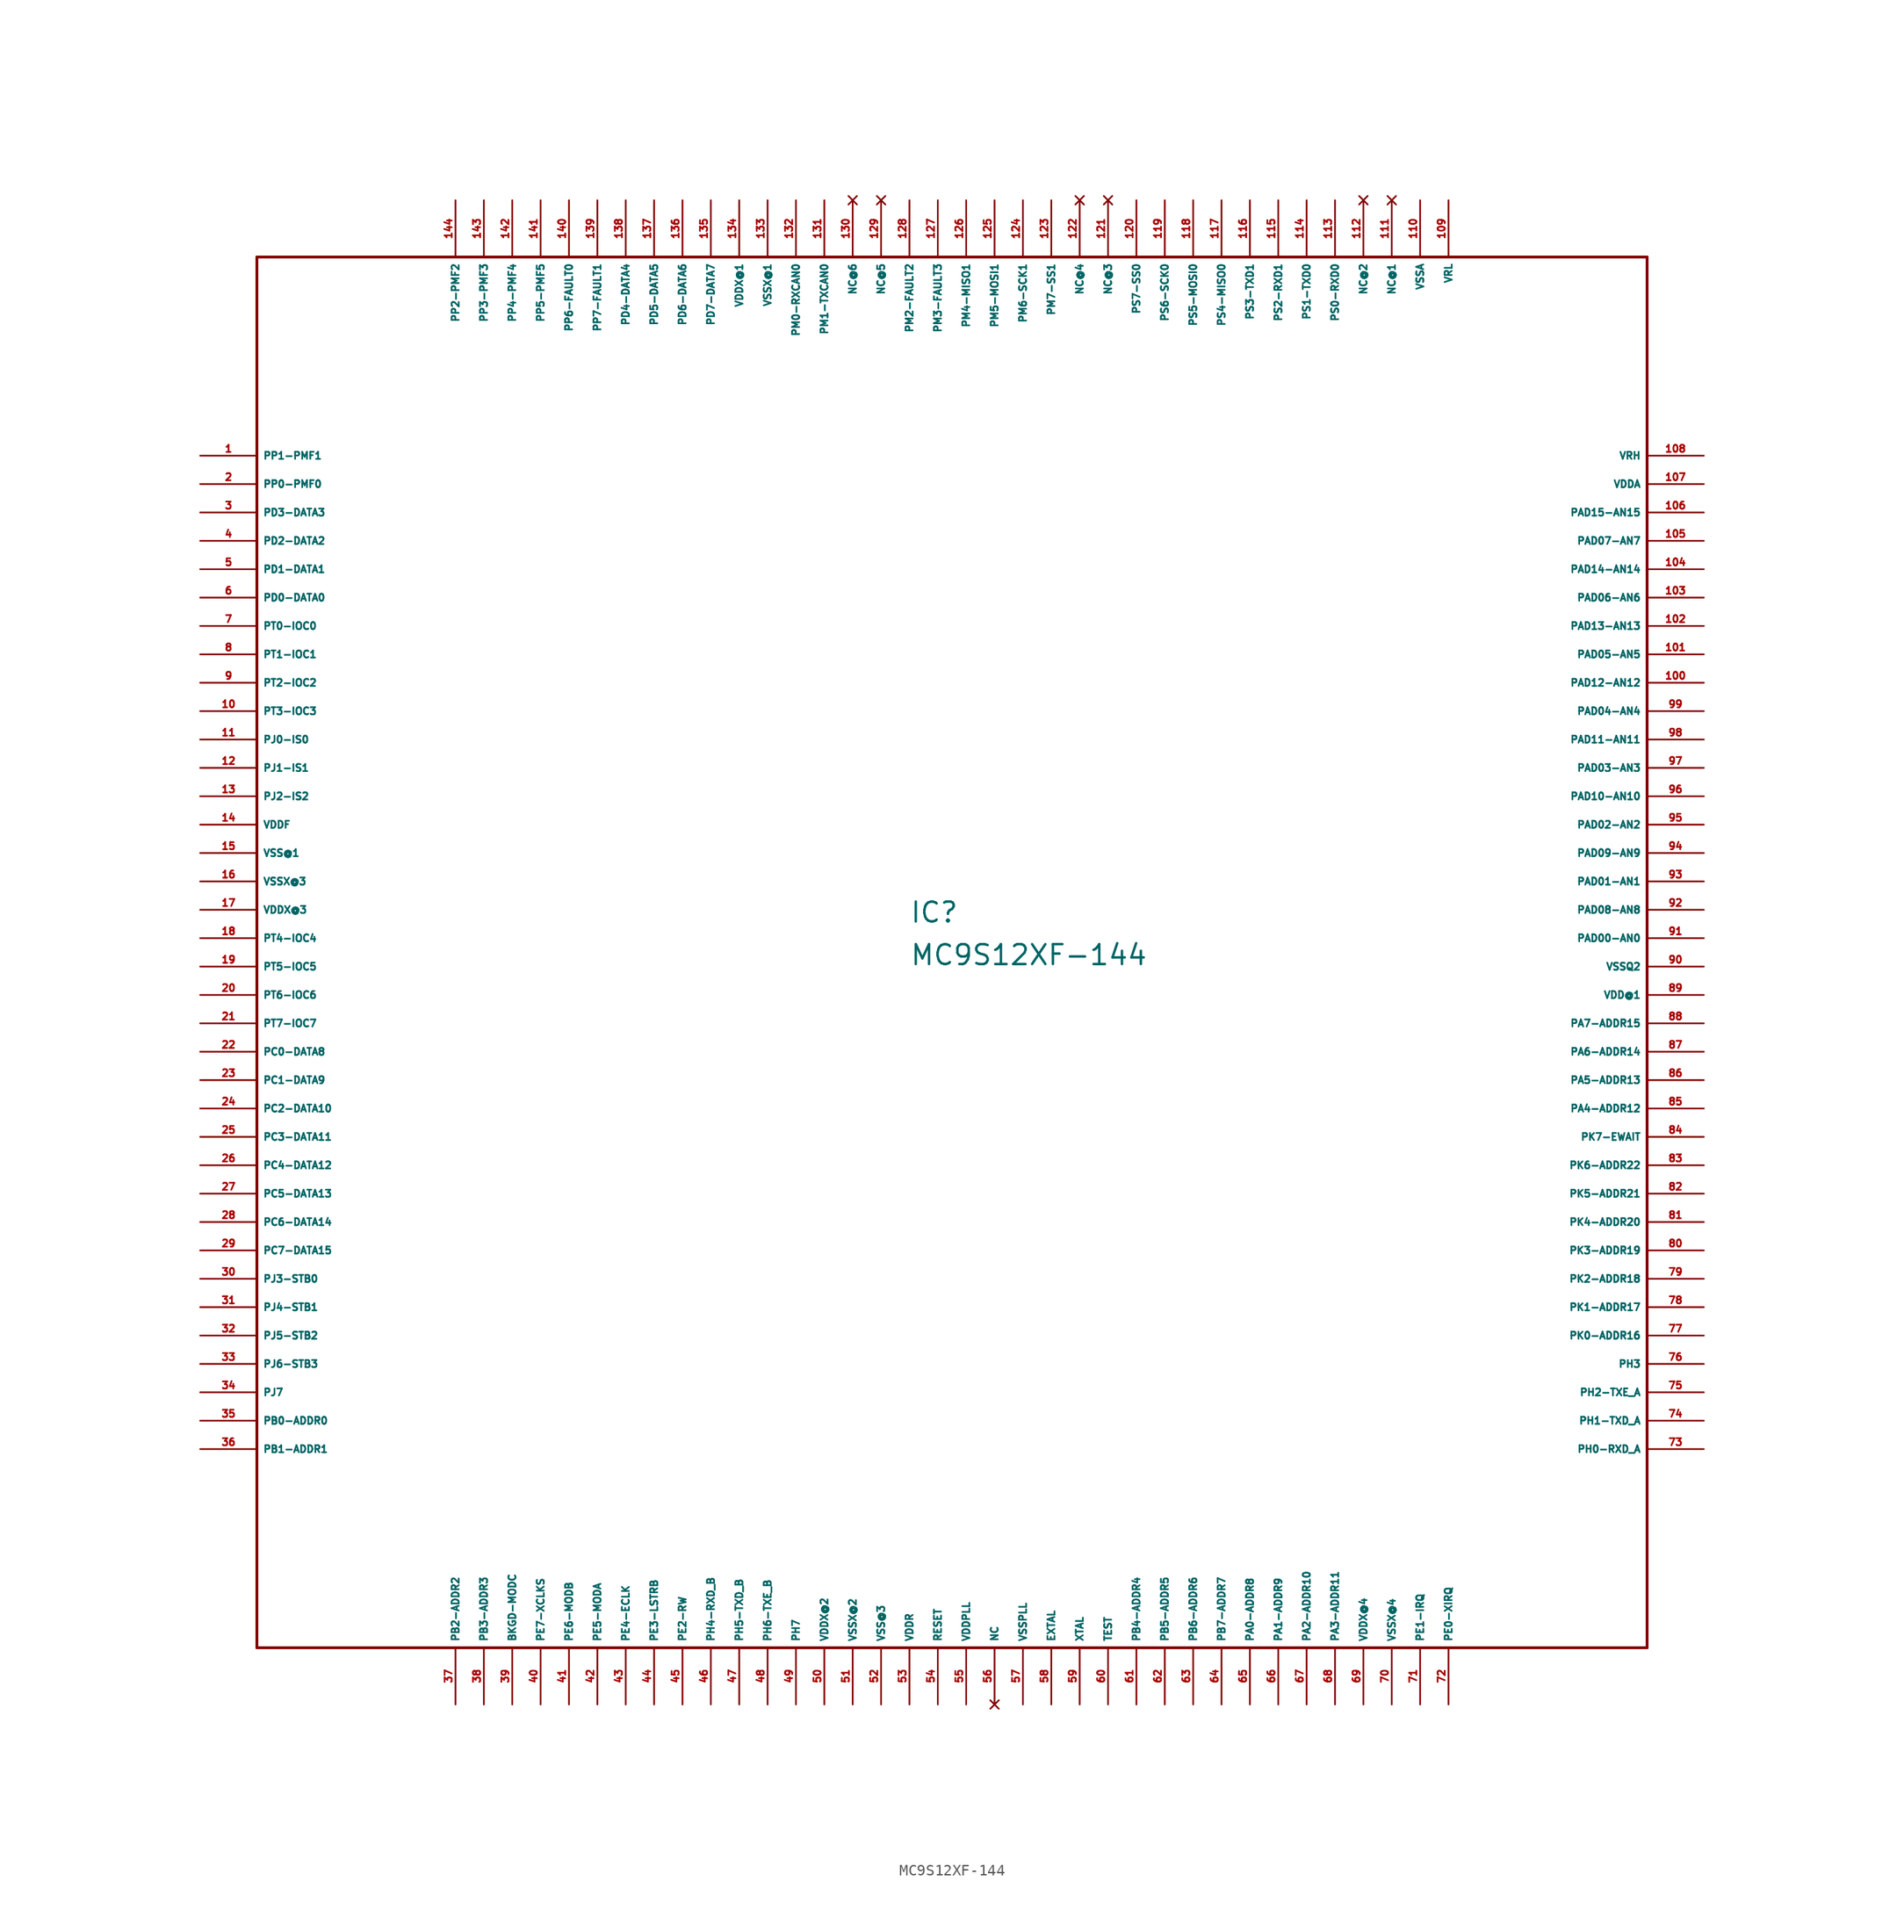
<source format=kicad_sym>
(kicad_symbol_lib
  (version 20220914)
  (generator Eagle2Kicad)
  (symbol "MC9S12XF-144"
    (property "Reference" "IC"
      (at -5.08 1.27 0)
      (effects (font (size 1.778 1.778) (thickness 0.22)) (justify left bottom)))
    (property "Value" "MC9S12XF-144"
      (at -5.08 -2.54 0)
      (effects (font (size 1.778 1.778) (thickness 0.22)) (justify left bottom)))
    (polyline
      (pts (xy -63.5 -63.5) (xy 60.96 -63.5))
      (stroke (width 0.254) (type default))
      (fill (type none)))
    (polyline
      (pts (xy 60.96 -63.5) (xy 60.96 60.96))
      (stroke (width 0.254) (type default))
      (fill (type none)))
    (polyline
      (pts (xy 60.96 60.96) (xy -63.5 60.96))
      (stroke (width 0.254) (type default))
      (fill (type none)))
    (polyline
      (pts (xy -63.5 60.96) (xy -63.5 -63.5))
      (stroke (width 0.254) (type default))
      (fill (type none)))
    (pin bidirectional line
      (at -68.58 43.18 0)
      (length 5.08)
      (name "PP1-PMF1" (effects (font (size 0.635 0.635) (thickness 0.08)) (justify left bottom)))
      (number "1" (effects (font (size 0.635 0.635) (thickness 0.08)) (justify left bottom))))
    (pin bidirectional line
      (at -68.58 40.64 0)
      (length 5.08)
      (name "PP0-PMF0" (effects (font (size 0.635 0.635) (thickness 0.08)) (justify left bottom)))
      (number "2" (effects (font (size 0.635 0.635) (thickness 0.08)) (justify left bottom))))
    (pin bidirectional line
      (at -68.58 38.1 0)
      (length 5.08)
      (name "PD3-DATA3" (effects (font (size 0.635 0.635) (thickness 0.08)) (justify left bottom)))
      (number "3" (effects (font (size 0.635 0.635) (thickness 0.08)) (justify left bottom))))
    (pin bidirectional line
      (at -68.58 35.56 0)
      (length 5.08)
      (name "PD2-DATA2" (effects (font (size 0.635 0.635) (thickness 0.08)) (justify left bottom)))
      (number "4" (effects (font (size 0.635 0.635) (thickness 0.08)) (justify left bottom))))
    (pin bidirectional line
      (at -68.58 33.02 0)
      (length 5.08)
      (name "PD1-DATA1" (effects (font (size 0.635 0.635) (thickness 0.08)) (justify left bottom)))
      (number "5" (effects (font (size 0.635 0.635) (thickness 0.08)) (justify left bottom))))
    (pin bidirectional line
      (at -68.58 30.48 0)
      (length 5.08)
      (name "PD0-DATA0" (effects (font (size 0.635 0.635) (thickness 0.08)) (justify left bottom)))
      (number "6" (effects (font (size 0.635 0.635) (thickness 0.08)) (justify left bottom))))
    (pin bidirectional line
      (at -68.58 27.94 0)
      (length 5.08)
      (name "PT0-IOC0" (effects (font (size 0.635 0.635) (thickness 0.08)) (justify left bottom)))
      (number "7" (effects (font (size 0.635 0.635) (thickness 0.08)) (justify left bottom))))
    (pin bidirectional line
      (at -68.58 25.4 0)
      (length 5.08)
      (name "PT1-IOC1" (effects (font (size 0.635 0.635) (thickness 0.08)) (justify left bottom)))
      (number "8" (effects (font (size 0.635 0.635) (thickness 0.08)) (justify left bottom))))
    (pin bidirectional line
      (at -68.58 22.86 0)
      (length 5.08)
      (name "PT2-IOC2" (effects (font (size 0.635 0.635) (thickness 0.08)) (justify left bottom)))
      (number "9" (effects (font (size 0.635 0.635) (thickness 0.08)) (justify left bottom))))
    (pin bidirectional line
      (at -68.58 20.32 0)
      (length 5.08)
      (name "PT3-IOC3" (effects (font (size 0.635 0.635) (thickness 0.08)) (justify left bottom)))
      (number "10" (effects (font (size 0.635 0.635) (thickness 0.08)) (justify left bottom))))
    (pin bidirectional line
      (at -68.58 17.78 0)
      (length 5.08)
      (name "PJ0-IS0" (effects (font (size 0.635 0.635) (thickness 0.08)) (justify left bottom)))
      (number "11" (effects (font (size 0.635 0.635) (thickness 0.08)) (justify left bottom))))
    (pin bidirectional line
      (at -68.58 15.24 0)
      (length 5.08)
      (name "PJ1-IS1" (effects (font (size 0.635 0.635) (thickness 0.08)) (justify left bottom)))
      (number "12" (effects (font (size 0.635 0.635) (thickness 0.08)) (justify left bottom))))
    (pin bidirectional line
      (at -68.58 12.7 0)
      (length 5.08)
      (name "PJ2-IS2" (effects (font (size 0.635 0.635) (thickness 0.08)) (justify left bottom)))
      (number "13" (effects (font (size 0.635 0.635) (thickness 0.08)) (justify left bottom))))
    (pin unspecified line
      (at -68.58 10.16 0)
      (length 5.08)
      (name "VDDF" (effects (font (size 0.635 0.635) (thickness 0.08)) (justify left bottom)))
      (number "14" (effects (font (size 0.635 0.635) (thickness 0.08)) (justify left bottom))))
    (pin unspecified line
      (at -68.58 7.62 0)
      (length 5.08)
      (name "VSS@1" (effects (font (size 0.635 0.635) (thickness 0.08)) (justify left bottom)))
      (number "15" (effects (font (size 0.635 0.635) (thickness 0.08)) (justify left bottom))))
    (pin unspecified line
      (at -68.58 5.08 0)
      (length 5.08)
      (name "VSSX@3" (effects (font (size 0.635 0.635) (thickness 0.08)) (justify left bottom)))
      (number "16" (effects (font (size 0.635 0.635) (thickness 0.08)) (justify left bottom))))
    (pin unspecified line
      (at -68.58 2.54 0)
      (length 5.08)
      (name "VDDX@3" (effects (font (size 0.635 0.635) (thickness 0.08)) (justify left bottom)))
      (number "17" (effects (font (size 0.635 0.635) (thickness 0.08)) (justify left bottom))))
    (pin bidirectional line
      (at -68.58 0 0)
      (length 5.08)
      (name "PT4-IOC4" (effects (font (size 0.635 0.635) (thickness 0.08)) (justify left bottom)))
      (number "18" (effects (font (size 0.635 0.635) (thickness 0.08)) (justify left bottom))))
    (pin bidirectional line
      (at -68.58 -2.54 0)
      (length 5.08)
      (name "PT5-IOC5" (effects (font (size 0.635 0.635) (thickness 0.08)) (justify left bottom)))
      (number "19" (effects (font (size 0.635 0.635) (thickness 0.08)) (justify left bottom))))
    (pin bidirectional line
      (at -68.58 -5.08 0)
      (length 5.08)
      (name "PT6-IOC6" (effects (font (size 0.635 0.635) (thickness 0.08)) (justify left bottom)))
      (number "20" (effects (font (size 0.635 0.635) (thickness 0.08)) (justify left bottom))))
    (pin bidirectional line
      (at -68.58 -7.62 0)
      (length 5.08)
      (name "PT7-IOC7" (effects (font (size 0.635 0.635) (thickness 0.08)) (justify left bottom)))
      (number "21" (effects (font (size 0.635 0.635) (thickness 0.08)) (justify left bottom))))
    (pin bidirectional line
      (at -68.58 -10.16 0)
      (length 5.08)
      (name "PC0-DATA8" (effects (font (size 0.635 0.635) (thickness 0.08)) (justify left bottom)))
      (number "22" (effects (font (size 0.635 0.635) (thickness 0.08)) (justify left bottom))))
    (pin bidirectional line
      (at -68.58 -12.7 0)
      (length 5.08)
      (name "PC1-DATA9" (effects (font (size 0.635 0.635) (thickness 0.08)) (justify left bottom)))
      (number "23" (effects (font (size 0.635 0.635) (thickness 0.08)) (justify left bottom))))
    (pin bidirectional line
      (at -68.58 -15.24 0)
      (length 5.08)
      (name "PC2-DATA10" (effects (font (size 0.635 0.635) (thickness 0.08)) (justify left bottom)))
      (number "24" (effects (font (size 0.635 0.635) (thickness 0.08)) (justify left bottom))))
    (pin bidirectional line
      (at -68.58 -17.78 0)
      (length 5.08)
      (name "PC3-DATA11" (effects (font (size 0.635 0.635) (thickness 0.08)) (justify left bottom)))
      (number "25" (effects (font (size 0.635 0.635) (thickness 0.08)) (justify left bottom))))
    (pin bidirectional line
      (at -68.58 -20.32 0)
      (length 5.08)
      (name "PC4-DATA12" (effects (font (size 0.635 0.635) (thickness 0.08)) (justify left bottom)))
      (number "26" (effects (font (size 0.635 0.635) (thickness 0.08)) (justify left bottom))))
    (pin bidirectional line
      (at -68.58 -22.86 0)
      (length 5.08)
      (name "PC5-DATA13" (effects (font (size 0.635 0.635) (thickness 0.08)) (justify left bottom)))
      (number "27" (effects (font (size 0.635 0.635) (thickness 0.08)) (justify left bottom))))
    (pin bidirectional line
      (at -68.58 -25.4 0)
      (length 5.08)
      (name "PC6-DATA14" (effects (font (size 0.635 0.635) (thickness 0.08)) (justify left bottom)))
      (number "28" (effects (font (size 0.635 0.635) (thickness 0.08)) (justify left bottom))))
    (pin bidirectional line
      (at -68.58 -27.94 0)
      (length 5.08)
      (name "PC7-DATA15" (effects (font (size 0.635 0.635) (thickness 0.08)) (justify left bottom)))
      (number "29" (effects (font (size 0.635 0.635) (thickness 0.08)) (justify left bottom))))
    (pin bidirectional line
      (at -68.58 -30.48 0)
      (length 5.08)
      (name "PJ3-STB0" (effects (font (size 0.635 0.635) (thickness 0.08)) (justify left bottom)))
      (number "30" (effects (font (size 0.635 0.635) (thickness 0.08)) (justify left bottom))))
    (pin bidirectional line
      (at -68.58 -33.02 0)
      (length 5.08)
      (name "PJ4-STB1" (effects (font (size 0.635 0.635) (thickness 0.08)) (justify left bottom)))
      (number "31" (effects (font (size 0.635 0.635) (thickness 0.08)) (justify left bottom))))
    (pin bidirectional line
      (at -68.58 -35.56 0)
      (length 5.08)
      (name "PJ5-STB2" (effects (font (size 0.635 0.635) (thickness 0.08)) (justify left bottom)))
      (number "32" (effects (font (size 0.635 0.635) (thickness 0.08)) (justify left bottom))))
    (pin bidirectional line
      (at -68.58 -38.1 0)
      (length 5.08)
      (name "PJ6-STB3" (effects (font (size 0.635 0.635) (thickness 0.08)) (justify left bottom)))
      (number "33" (effects (font (size 0.635 0.635) (thickness 0.08)) (justify left bottom))))
    (pin bidirectional line
      (at -68.58 -40.64 0)
      (length 5.08)
      (name "PJ7" (effects (font (size 0.635 0.635) (thickness 0.08)) (justify left bottom)))
      (number "34" (effects (font (size 0.635 0.635) (thickness 0.08)) (justify left bottom))))
    (pin bidirectional line
      (at -68.58 -43.18 0)
      (length 5.08)
      (name "PB0-ADDR0" (effects (font (size 0.635 0.635) (thickness 0.08)) (justify left bottom)))
      (number "35" (effects (font (size 0.635 0.635) (thickness 0.08)) (justify left bottom))))
    (pin bidirectional line
      (at -68.58 -45.72 0)
      (length 5.08)
      (name "PB1-ADDR1" (effects (font (size 0.635 0.635) (thickness 0.08)) (justify left bottom)))
      (number "36" (effects (font (size 0.635 0.635) (thickness 0.08)) (justify left bottom))))
    (pin bidirectional line
      (at -45.72 -68.58 90)
      (length 5.08)
      (name "PB2-ADDR2" (effects (font (size 0.635 0.635) (thickness 0.08)) (justify left bottom)))
      (number "37" (effects (font (size 0.635 0.635) (thickness 0.08)) (justify left bottom))))
    (pin bidirectional line
      (at -43.18 -68.58 90)
      (length 5.08)
      (name "PB3-ADDR3" (effects (font (size 0.635 0.635) (thickness 0.08)) (justify left bottom)))
      (number "38" (effects (font (size 0.635 0.635) (thickness 0.08)) (justify left bottom))))
    (pin bidirectional line
      (at -40.64 -68.58 90)
      (length 5.08)
      (name "BKGD-MODC" (effects (font (size 0.635 0.635) (thickness 0.08)) (justify left bottom)))
      (number "39" (effects (font (size 0.635 0.635) (thickness 0.08)) (justify left bottom))))
    (pin bidirectional line
      (at -38.1 -68.58 90)
      (length 5.08)
      (name "PE7-XCLKS" (effects (font (size 0.635 0.635) (thickness 0.08)) (justify left bottom)))
      (number "40" (effects (font (size 0.635 0.635) (thickness 0.08)) (justify left bottom))))
    (pin bidirectional line
      (at -35.56 -68.58 90)
      (length 5.08)
      (name "PE6-MODB" (effects (font (size 0.635 0.635) (thickness 0.08)) (justify left bottom)))
      (number "41" (effects (font (size 0.635 0.635) (thickness 0.08)) (justify left bottom))))
    (pin bidirectional line
      (at -33.02 -68.58 90)
      (length 5.08)
      (name "PE5-MODA" (effects (font (size 0.635 0.635) (thickness 0.08)) (justify left bottom)))
      (number "42" (effects (font (size 0.635 0.635) (thickness 0.08)) (justify left bottom))))
    (pin bidirectional line
      (at -30.48 -68.58 90)
      (length 5.08)
      (name "PE4-ECLK" (effects (font (size 0.635 0.635) (thickness 0.08)) (justify left bottom)))
      (number "43" (effects (font (size 0.635 0.635) (thickness 0.08)) (justify left bottom))))
    (pin bidirectional line
      (at -27.94 -68.58 90)
      (length 5.08)
      (name "PE3-LSTRB" (effects (font (size 0.635 0.635) (thickness 0.08)) (justify left bottom)))
      (number "44" (effects (font (size 0.635 0.635) (thickness 0.08)) (justify left bottom))))
    (pin bidirectional line
      (at -25.4 -68.58 90)
      (length 5.08)
      (name "PE2-RW" (effects (font (size 0.635 0.635) (thickness 0.08)) (justify left bottom)))
      (number "45" (effects (font (size 0.635 0.635) (thickness 0.08)) (justify left bottom))))
    (pin bidirectional line
      (at -22.86 -68.58 90)
      (length 5.08)
      (name "PH4-RXD_B" (effects (font (size 0.635 0.635) (thickness 0.08)) (justify left bottom)))
      (number "46" (effects (font (size 0.635 0.635) (thickness 0.08)) (justify left bottom))))
    (pin bidirectional line
      (at -20.32 -68.58 90)
      (length 5.08)
      (name "PH5-TXD_B" (effects (font (size 0.635 0.635) (thickness 0.08)) (justify left bottom)))
      (number "47" (effects (font (size 0.635 0.635) (thickness 0.08)) (justify left bottom))))
    (pin bidirectional line
      (at -17.78 -68.58 90)
      (length 5.08)
      (name "PH6-TXE_B" (effects (font (size 0.635 0.635) (thickness 0.08)) (justify left bottom)))
      (number "48" (effects (font (size 0.635 0.635) (thickness 0.08)) (justify left bottom))))
    (pin bidirectional line
      (at -15.24 -68.58 90)
      (length 5.08)
      (name "PH7" (effects (font (size 0.635 0.635) (thickness 0.08)) (justify left bottom)))
      (number "49" (effects (font (size 0.635 0.635) (thickness 0.08)) (justify left bottom))))
    (pin unspecified line
      (at -12.7 -68.58 90)
      (length 5.08)
      (name "VDDX@2" (effects (font (size 0.635 0.635) (thickness 0.08)) (justify left bottom)))
      (number "50" (effects (font (size 0.635 0.635) (thickness 0.08)) (justify left bottom))))
    (pin unspecified line
      (at -10.16 -68.58 90)
      (length 5.08)
      (name "VSSX@2" (effects (font (size 0.635 0.635) (thickness 0.08)) (justify left bottom)))
      (number "51" (effects (font (size 0.635 0.635) (thickness 0.08)) (justify left bottom))))
    (pin unspecified line
      (at -7.62 -68.58 90)
      (length 5.08)
      (name "VSS@3" (effects (font (size 0.635 0.635) (thickness 0.08)) (justify left bottom)))
      (number "52" (effects (font (size 0.635 0.635) (thickness 0.08)) (justify left bottom))))
    (pin unspecified line
      (at -5.08 -68.58 90)
      (length 5.08)
      (name "VDDR" (effects (font (size 0.635 0.635) (thickness 0.08)) (justify left bottom)))
      (number "53" (effects (font (size 0.635 0.635) (thickness 0.08)) (justify left bottom))))
    (pin bidirectional line
      (at -2.54 -68.58 90)
      (length 5.08)
      (name "RESET" (effects (font (size 0.635 0.635) (thickness 0.08)) (justify left bottom)))
      (number "54" (effects (font (size 0.635 0.635) (thickness 0.08)) (justify left bottom))))
    (pin unspecified line
      (at 0 -68.58 90)
      (length 5.08)
      (name "VDDPLL" (effects (font (size 0.635 0.635) (thickness 0.08)) (justify left bottom)))
      (number "55" (effects (font (size 0.635 0.635) (thickness 0.08)) (justify left bottom))))
    (pin no_connect line
      (at 2.54 -68.58 90)
      (length 5.08)
      (name "NC" (effects (font (size 0.635 0.635) (thickness 0.08)) (justify left bottom) hide))
      (number "56" (effects (font (size 0.635 0.635) (thickness 0.08)) (justify left bottom) hide)))
    (pin unspecified line
      (at 5.08 -68.58 90)
      (length 5.08)
      (name "VSSPLL" (effects (font (size 0.635 0.635) (thickness 0.08)) (justify left bottom)))
      (number "57" (effects (font (size 0.635 0.635) (thickness 0.08)) (justify left bottom))))
    (pin passive line
      (at 7.62 -68.58 90)
      (length 5.08)
      (name "EXTAL" (effects (font (size 0.635 0.635) (thickness 0.08)) (justify left bottom)))
      (number "58" (effects (font (size 0.635 0.635) (thickness 0.08)) (justify left bottom))))
    (pin passive line
      (at 10.16 -68.58 90)
      (length 5.08)
      (name "XTAL" (effects (font (size 0.635 0.635) (thickness 0.08)) (justify left bottom)))
      (number "59" (effects (font (size 0.635 0.635) (thickness 0.08)) (justify left bottom))))
    (pin input line
      (at 12.7 -68.58 90)
      (length 5.08)
      (name "TEST" (effects (font (size 0.635 0.635) (thickness 0.08)) (justify left bottom)))
      (number "60" (effects (font (size 0.635 0.635) (thickness 0.08)) (justify left bottom))))
    (pin bidirectional line
      (at 15.24 -68.58 90)
      (length 5.08)
      (name "PB4-ADDR4" (effects (font (size 0.635 0.635) (thickness 0.08)) (justify left bottom)))
      (number "61" (effects (font (size 0.635 0.635) (thickness 0.08)) (justify left bottom))))
    (pin bidirectional line
      (at 17.78 -68.58 90)
      (length 5.08)
      (name "PB5-ADDR5" (effects (font (size 0.635 0.635) (thickness 0.08)) (justify left bottom)))
      (number "62" (effects (font (size 0.635 0.635) (thickness 0.08)) (justify left bottom))))
    (pin bidirectional line
      (at 20.32 -68.58 90)
      (length 5.08)
      (name "PB6-ADDR6" (effects (font (size 0.635 0.635) (thickness 0.08)) (justify left bottom)))
      (number "63" (effects (font (size 0.635 0.635) (thickness 0.08)) (justify left bottom))))
    (pin bidirectional line
      (at 22.86 -68.58 90)
      (length 5.08)
      (name "PB7-ADDR7" (effects (font (size 0.635 0.635) (thickness 0.08)) (justify left bottom)))
      (number "64" (effects (font (size 0.635 0.635) (thickness 0.08)) (justify left bottom))))
    (pin bidirectional line
      (at 25.4 -68.58 90)
      (length 5.08)
      (name "PA0-ADDR8" (effects (font (size 0.635 0.635) (thickness 0.08)) (justify left bottom)))
      (number "65" (effects (font (size 0.635 0.635) (thickness 0.08)) (justify left bottom))))
    (pin bidirectional line
      (at 27.94 -68.58 90)
      (length 5.08)
      (name "PA1-ADDR9" (effects (font (size 0.635 0.635) (thickness 0.08)) (justify left bottom)))
      (number "66" (effects (font (size 0.635 0.635) (thickness 0.08)) (justify left bottom))))
    (pin bidirectional line
      (at 30.48 -68.58 90)
      (length 5.08)
      (name "PA2-ADDR10" (effects (font (size 0.635 0.635) (thickness 0.08)) (justify left bottom)))
      (number "67" (effects (font (size 0.635 0.635) (thickness 0.08)) (justify left bottom))))
    (pin bidirectional line
      (at 33.02 -68.58 90)
      (length 5.08)
      (name "PA3-ADDR11" (effects (font (size 0.635 0.635) (thickness 0.08)) (justify left bottom)))
      (number "68" (effects (font (size 0.635 0.635) (thickness 0.08)) (justify left bottom))))
    (pin unspecified line
      (at 35.56 -68.58 90)
      (length 5.08)
      (name "VDDX@4" (effects (font (size 0.635 0.635) (thickness 0.08)) (justify left bottom)))
      (number "69" (effects (font (size 0.635 0.635) (thickness 0.08)) (justify left bottom))))
    (pin unspecified line
      (at 38.1 -68.58 90)
      (length 5.08)
      (name "VSSX@4" (effects (font (size 0.635 0.635) (thickness 0.08)) (justify left bottom)))
      (number "70" (effects (font (size 0.635 0.635) (thickness 0.08)) (justify left bottom))))
    (pin input line
      (at 40.64 -68.58 90)
      (length 5.08)
      (name "PE1-IRQ" (effects (font (size 0.635 0.635) (thickness 0.08)) (justify left bottom)))
      (number "71" (effects (font (size 0.635 0.635) (thickness 0.08)) (justify left bottom))))
    (pin input line
      (at 43.18 -68.58 90)
      (length 5.08)
      (name "PE0-XIRQ" (effects (font (size 0.635 0.635) (thickness 0.08)) (justify left bottom)))
      (number "72" (effects (font (size 0.635 0.635) (thickness 0.08)) (justify left bottom))))
    (pin bidirectional line
      (at 66.04 -45.72 180)
      (length 5.08)
      (name "PH0-RXD_A" (effects (font (size 0.635 0.635) (thickness 0.08)) (justify left bottom)))
      (number "73" (effects (font (size 0.635 0.635) (thickness 0.08)) (justify left bottom))))
    (pin bidirectional line
      (at 66.04 -43.18 180)
      (length 5.08)
      (name "PH1-TXD_A" (effects (font (size 0.635 0.635) (thickness 0.08)) (justify left bottom)))
      (number "74" (effects (font (size 0.635 0.635) (thickness 0.08)) (justify left bottom))))
    (pin bidirectional line
      (at 66.04 -40.64 180)
      (length 5.08)
      (name "PH2-TXE_A" (effects (font (size 0.635 0.635) (thickness 0.08)) (justify left bottom)))
      (number "75" (effects (font (size 0.635 0.635) (thickness 0.08)) (justify left bottom))))
    (pin bidirectional line
      (at 66.04 -38.1 180)
      (length 5.08)
      (name "PH3" (effects (font (size 0.635 0.635) (thickness 0.08)) (justify left bottom)))
      (number "76" (effects (font (size 0.635 0.635) (thickness 0.08)) (justify left bottom))))
    (pin bidirectional line
      (at 66.04 -35.56 180)
      (length 5.08)
      (name "PK0-ADDR16" (effects (font (size 0.635 0.635) (thickness 0.08)) (justify left bottom)))
      (number "77" (effects (font (size 0.635 0.635) (thickness 0.08)) (justify left bottom))))
    (pin bidirectional line
      (at 66.04 -33.02 180)
      (length 5.08)
      (name "PK1-ADDR17" (effects (font (size 0.635 0.635) (thickness 0.08)) (justify left bottom)))
      (number "78" (effects (font (size 0.635 0.635) (thickness 0.08)) (justify left bottom))))
    (pin bidirectional line
      (at 66.04 -30.48 180)
      (length 5.08)
      (name "PK2-ADDR18" (effects (font (size 0.635 0.635) (thickness 0.08)) (justify left bottom)))
      (number "79" (effects (font (size 0.635 0.635) (thickness 0.08)) (justify left bottom))))
    (pin bidirectional line
      (at 66.04 -27.94 180)
      (length 5.08)
      (name "PK3-ADDR19" (effects (font (size 0.635 0.635) (thickness 0.08)) (justify left bottom)))
      (number "80" (effects (font (size 0.635 0.635) (thickness 0.08)) (justify left bottom))))
    (pin bidirectional line
      (at 66.04 -25.4 180)
      (length 5.08)
      (name "PK4-ADDR20" (effects (font (size 0.635 0.635) (thickness 0.08)) (justify left bottom)))
      (number "81" (effects (font (size 0.635 0.635) (thickness 0.08)) (justify left bottom))))
    (pin bidirectional line
      (at 66.04 -22.86 180)
      (length 5.08)
      (name "PK5-ADDR21" (effects (font (size 0.635 0.635) (thickness 0.08)) (justify left bottom)))
      (number "82" (effects (font (size 0.635 0.635) (thickness 0.08)) (justify left bottom))))
    (pin bidirectional line
      (at 66.04 -20.32 180)
      (length 5.08)
      (name "PK6-ADDR22" (effects (font (size 0.635 0.635) (thickness 0.08)) (justify left bottom)))
      (number "83" (effects (font (size 0.635 0.635) (thickness 0.08)) (justify left bottom))))
    (pin bidirectional line
      (at 66.04 -17.78 180)
      (length 5.08)
      (name "PK7-EWAIT" (effects (font (size 0.635 0.635) (thickness 0.08)) (justify left bottom)))
      (number "84" (effects (font (size 0.635 0.635) (thickness 0.08)) (justify left bottom))))
    (pin bidirectional line
      (at 66.04 -15.24 180)
      (length 5.08)
      (name "PA4-ADDR12" (effects (font (size 0.635 0.635) (thickness 0.08)) (justify left bottom)))
      (number "85" (effects (font (size 0.635 0.635) (thickness 0.08)) (justify left bottom))))
    (pin bidirectional line
      (at 66.04 -12.7 180)
      (length 5.08)
      (name "PA5-ADDR13" (effects (font (size 0.635 0.635) (thickness 0.08)) (justify left bottom)))
      (number "86" (effects (font (size 0.635 0.635) (thickness 0.08)) (justify left bottom))))
    (pin bidirectional line
      (at 66.04 -10.16 180)
      (length 5.08)
      (name "PA6-ADDR14" (effects (font (size 0.635 0.635) (thickness 0.08)) (justify left bottom)))
      (number "87" (effects (font (size 0.635 0.635) (thickness 0.08)) (justify left bottom))))
    (pin bidirectional line
      (at 66.04 -7.62 180)
      (length 5.08)
      (name "PA7-ADDR15" (effects (font (size 0.635 0.635) (thickness 0.08)) (justify left bottom)))
      (number "88" (effects (font (size 0.635 0.635) (thickness 0.08)) (justify left bottom))))
    (pin unspecified line
      (at 66.04 -5.08 180)
      (length 5.08)
      (name "VDD@1" (effects (font (size 0.635 0.635) (thickness 0.08)) (justify left bottom)))
      (number "89" (effects (font (size 0.635 0.635) (thickness 0.08)) (justify left bottom))))
    (pin unspecified line
      (at 66.04 -2.54 180)
      (length 5.08)
      (name "VSSQ2" (effects (font (size 0.635 0.635) (thickness 0.08)) (justify left bottom)))
      (number "90" (effects (font (size 0.635 0.635) (thickness 0.08)) (justify left bottom))))
    (pin bidirectional line
      (at 66.04 0 180)
      (length 5.08)
      (name "PAD00-AN0" (effects (font (size 0.635 0.635) (thickness 0.08)) (justify left bottom)))
      (number "91" (effects (font (size 0.635 0.635) (thickness 0.08)) (justify left bottom))))
    (pin bidirectional line
      (at 66.04 2.54 180)
      (length 5.08)
      (name "PAD08-AN8" (effects (font (size 0.635 0.635) (thickness 0.08)) (justify left bottom)))
      (number "92" (effects (font (size 0.635 0.635) (thickness 0.08)) (justify left bottom))))
    (pin bidirectional line
      (at 66.04 5.08 180)
      (length 5.08)
      (name "PAD01-AN1" (effects (font (size 0.635 0.635) (thickness 0.08)) (justify left bottom)))
      (number "93" (effects (font (size 0.635 0.635) (thickness 0.08)) (justify left bottom))))
    (pin bidirectional line
      (at 66.04 7.62 180)
      (length 5.08)
      (name "PAD09-AN9" (effects (font (size 0.635 0.635) (thickness 0.08)) (justify left bottom)))
      (number "94" (effects (font (size 0.635 0.635) (thickness 0.08)) (justify left bottom))))
    (pin bidirectional line
      (at 66.04 10.16 180)
      (length 5.08)
      (name "PAD02-AN2" (effects (font (size 0.635 0.635) (thickness 0.08)) (justify left bottom)))
      (number "95" (effects (font (size 0.635 0.635) (thickness 0.08)) (justify left bottom))))
    (pin bidirectional line
      (at 66.04 12.7 180)
      (length 5.08)
      (name "PAD10-AN10" (effects (font (size 0.635 0.635) (thickness 0.08)) (justify left bottom)))
      (number "96" (effects (font (size 0.635 0.635) (thickness 0.08)) (justify left bottom))))
    (pin bidirectional line
      (at 66.04 15.24 180)
      (length 5.08)
      (name "PAD03-AN3" (effects (font (size 0.635 0.635) (thickness 0.08)) (justify left bottom)))
      (number "97" (effects (font (size 0.635 0.635) (thickness 0.08)) (justify left bottom))))
    (pin bidirectional line
      (at 66.04 17.78 180)
      (length 5.08)
      (name "PAD11-AN11" (effects (font (size 0.635 0.635) (thickness 0.08)) (justify left bottom)))
      (number "98" (effects (font (size 0.635 0.635) (thickness 0.08)) (justify left bottom))))
    (pin bidirectional line
      (at 66.04 20.32 180)
      (length 5.08)
      (name "PAD04-AN4" (effects (font (size 0.635 0.635) (thickness 0.08)) (justify left bottom)))
      (number "99" (effects (font (size 0.635 0.635) (thickness 0.08)) (justify left bottom))))
    (pin bidirectional line
      (at 66.04 22.86 180)
      (length 5.08)
      (name "PAD12-AN12" (effects (font (size 0.635 0.635) (thickness 0.08)) (justify left bottom)))
      (number "100" (effects (font (size 0.635 0.635) (thickness 0.08)) (justify left bottom))))
    (pin bidirectional line
      (at 66.04 25.4 180)
      (length 5.08)
      (name "PAD05-AN5" (effects (font (size 0.635 0.635) (thickness 0.08)) (justify left bottom)))
      (number "101" (effects (font (size 0.635 0.635) (thickness 0.08)) (justify left bottom))))
    (pin bidirectional line
      (at 66.04 27.94 180)
      (length 5.08)
      (name "PAD13-AN13" (effects (font (size 0.635 0.635) (thickness 0.08)) (justify left bottom)))
      (number "102" (effects (font (size 0.635 0.635) (thickness 0.08)) (justify left bottom))))
    (pin bidirectional line
      (at 66.04 30.48 180)
      (length 5.08)
      (name "PAD06-AN6" (effects (font (size 0.635 0.635) (thickness 0.08)) (justify left bottom)))
      (number "103" (effects (font (size 0.635 0.635) (thickness 0.08)) (justify left bottom))))
    (pin bidirectional line
      (at 66.04 33.02 180)
      (length 5.08)
      (name "PAD14-AN14" (effects (font (size 0.635 0.635) (thickness 0.08)) (justify left bottom)))
      (number "104" (effects (font (size 0.635 0.635) (thickness 0.08)) (justify left bottom))))
    (pin bidirectional line
      (at 66.04 35.56 180)
      (length 5.08)
      (name "PAD07-AN7" (effects (font (size 0.635 0.635) (thickness 0.08)) (justify left bottom)))
      (number "105" (effects (font (size 0.635 0.635) (thickness 0.08)) (justify left bottom))))
    (pin bidirectional line
      (at 66.04 38.1 180)
      (length 5.08)
      (name "PAD15-AN15" (effects (font (size 0.635 0.635) (thickness 0.08)) (justify left bottom)))
      (number "106" (effects (font (size 0.635 0.635) (thickness 0.08)) (justify left bottom))))
    (pin unspecified line
      (at 66.04 40.64 180)
      (length 5.08)
      (name "VDDA" (effects (font (size 0.635 0.635) (thickness 0.08)) (justify left bottom)))
      (number "107" (effects (font (size 0.635 0.635) (thickness 0.08)) (justify left bottom))))
    (pin unspecified line
      (at 66.04 43.18 180)
      (length 5.08)
      (name "VRH" (effects (font (size 0.635 0.635) (thickness 0.08)) (justify left bottom)))
      (number "108" (effects (font (size 0.635 0.635) (thickness 0.08)) (justify left bottom))))
    (pin unspecified line
      (at 43.18 66.04 270)
      (length 5.08)
      (name "VRL" (effects (font (size 0.635 0.635) (thickness 0.08)) (justify left bottom)))
      (number "109" (effects (font (size 0.635 0.635) (thickness 0.08)) (justify left bottom))))
    (pin unspecified line
      (at 40.64 66.04 270)
      (length 5.08)
      (name "VSSA" (effects (font (size 0.635 0.635) (thickness 0.08)) (justify left bottom)))
      (number "110" (effects (font (size 0.635 0.635) (thickness 0.08)) (justify left bottom))))
    (pin no_connect line
      (at 38.1 66.04 270)
      (length 5.08)
      (name "NC@1" (effects (font (size 0.635 0.635) (thickness 0.08)) (justify left bottom) hide))
      (number "111" (effects (font (size 0.635 0.635) (thickness 0.08)) (justify left bottom) hide)))
    (pin no_connect line
      (at 35.56 66.04 270)
      (length 5.08)
      (name "NC@2" (effects (font (size 0.635 0.635) (thickness 0.08)) (justify left bottom) hide))
      (number "112" (effects (font (size 0.635 0.635) (thickness 0.08)) (justify left bottom) hide)))
    (pin bidirectional line
      (at 33.02 66.04 270)
      (length 5.08)
      (name "PS0-RXD0" (effects (font (size 0.635 0.635) (thickness 0.08)) (justify left bottom)))
      (number "113" (effects (font (size 0.635 0.635) (thickness 0.08)) (justify left bottom))))
    (pin bidirectional line
      (at 30.48 66.04 270)
      (length 5.08)
      (name "PS1-TXD0" (effects (font (size 0.635 0.635) (thickness 0.08)) (justify left bottom)))
      (number "114" (effects (font (size 0.635 0.635) (thickness 0.08)) (justify left bottom))))
    (pin bidirectional line
      (at 27.94 66.04 270)
      (length 5.08)
      (name "PS2-RXD1" (effects (font (size 0.635 0.635) (thickness 0.08)) (justify left bottom)))
      (number "115" (effects (font (size 0.635 0.635) (thickness 0.08)) (justify left bottom))))
    (pin bidirectional line
      (at 25.4 66.04 270)
      (length 5.08)
      (name "PS3-TXD1" (effects (font (size 0.635 0.635) (thickness 0.08)) (justify left bottom)))
      (number "116" (effects (font (size 0.635 0.635) (thickness 0.08)) (justify left bottom))))
    (pin bidirectional line
      (at 22.86 66.04 270)
      (length 5.08)
      (name "PS4-MISO0" (effects (font (size 0.635 0.635) (thickness 0.08)) (justify left bottom)))
      (number "117" (effects (font (size 0.635 0.635) (thickness 0.08)) (justify left bottom))))
    (pin bidirectional line
      (at 20.32 66.04 270)
      (length 5.08)
      (name "PS5-MOSI0" (effects (font (size 0.635 0.635) (thickness 0.08)) (justify left bottom)))
      (number "118" (effects (font (size 0.635 0.635) (thickness 0.08)) (justify left bottom))))
    (pin bidirectional line
      (at 17.78 66.04 270)
      (length 5.08)
      (name "PS6-SCK0" (effects (font (size 0.635 0.635) (thickness 0.08)) (justify left bottom)))
      (number "119" (effects (font (size 0.635 0.635) (thickness 0.08)) (justify left bottom))))
    (pin bidirectional line
      (at 15.24 66.04 270)
      (length 5.08)
      (name "PS7-SS0" (effects (font (size 0.635 0.635) (thickness 0.08)) (justify left bottom)))
      (number "120" (effects (font (size 0.635 0.635) (thickness 0.08)) (justify left bottom))))
    (pin no_connect line
      (at 12.7 66.04 270)
      (length 5.08)
      (name "NC@3" (effects (font (size 0.635 0.635) (thickness 0.08)) (justify left bottom) hide))
      (number "121" (effects (font (size 0.635 0.635) (thickness 0.08)) (justify left bottom) hide)))
    (pin no_connect line
      (at 10.16 66.04 270)
      (length 5.08)
      (name "NC@4" (effects (font (size 0.635 0.635) (thickness 0.08)) (justify left bottom) hide))
      (number "122" (effects (font (size 0.635 0.635) (thickness 0.08)) (justify left bottom) hide)))
    (pin bidirectional line
      (at 7.62 66.04 270)
      (length 5.08)
      (name "PM7-SS1" (effects (font (size 0.635 0.635) (thickness 0.08)) (justify left bottom)))
      (number "123" (effects (font (size 0.635 0.635) (thickness 0.08)) (justify left bottom))))
    (pin bidirectional line
      (at 5.08 66.04 270)
      (length 5.08)
      (name "PM6-SCK1" (effects (font (size 0.635 0.635) (thickness 0.08)) (justify left bottom)))
      (number "124" (effects (font (size 0.635 0.635) (thickness 0.08)) (justify left bottom))))
    (pin bidirectional line
      (at 2.54 66.04 270)
      (length 5.08)
      (name "PM5-MOSI1" (effects (font (size 0.635 0.635) (thickness 0.08)) (justify left bottom)))
      (number "125" (effects (font (size 0.635 0.635) (thickness 0.08)) (justify left bottom))))
    (pin bidirectional line
      (at 0 66.04 270)
      (length 5.08)
      (name "PM4-MISO1" (effects (font (size 0.635 0.635) (thickness 0.08)) (justify left bottom)))
      (number "126" (effects (font (size 0.635 0.635) (thickness 0.08)) (justify left bottom))))
    (pin bidirectional line
      (at -2.54 66.04 270)
      (length 5.08)
      (name "PM3-FAULT3" (effects (font (size 0.635 0.635) (thickness 0.08)) (justify left bottom)))
      (number "127" (effects (font (size 0.635 0.635) (thickness 0.08)) (justify left bottom))))
    (pin bidirectional line
      (at -5.08 66.04 270)
      (length 5.08)
      (name "PM2-FAULT2" (effects (font (size 0.635 0.635) (thickness 0.08)) (justify left bottom)))
      (number "128" (effects (font (size 0.635 0.635) (thickness 0.08)) (justify left bottom))))
    (pin no_connect line
      (at -7.62 66.04 270)
      (length 5.08)
      (name "NC@5" (effects (font (size 0.635 0.635) (thickness 0.08)) (justify left bottom) hide))
      (number "129" (effects (font (size 0.635 0.635) (thickness 0.08)) (justify left bottom) hide)))
    (pin no_connect line
      (at -10.16 66.04 270)
      (length 5.08)
      (name "NC@6" (effects (font (size 0.635 0.635) (thickness 0.08)) (justify left bottom) hide))
      (number "130" (effects (font (size 0.635 0.635) (thickness 0.08)) (justify left bottom) hide)))
    (pin bidirectional line
      (at -12.7 66.04 270)
      (length 5.08)
      (name "PM1-TXCAN0" (effects (font (size 0.635 0.635) (thickness 0.08)) (justify left bottom)))
      (number "131" (effects (font (size 0.635 0.635) (thickness 0.08)) (justify left bottom))))
    (pin bidirectional line
      (at -15.24 66.04 270)
      (length 5.08)
      (name "PM0-RXCAN0" (effects (font (size 0.635 0.635) (thickness 0.08)) (justify left bottom)))
      (number "132" (effects (font (size 0.635 0.635) (thickness 0.08)) (justify left bottom))))
    (pin unspecified line
      (at -17.78 66.04 270)
      (length 5.08)
      (name "VSSX@1" (effects (font (size 0.635 0.635) (thickness 0.08)) (justify left bottom)))
      (number "133" (effects (font (size 0.635 0.635) (thickness 0.08)) (justify left bottom))))
    (pin unspecified line
      (at -20.32 66.04 270)
      (length 5.08)
      (name "VDDX@1" (effects (font (size 0.635 0.635) (thickness 0.08)) (justify left bottom)))
      (number "134" (effects (font (size 0.635 0.635) (thickness 0.08)) (justify left bottom))))
    (pin bidirectional line
      (at -22.86 66.04 270)
      (length 5.08)
      (name "PD7-DATA7" (effects (font (size 0.635 0.635) (thickness 0.08)) (justify left bottom)))
      (number "135" (effects (font (size 0.635 0.635) (thickness 0.08)) (justify left bottom))))
    (pin bidirectional line
      (at -25.4 66.04 270)
      (length 5.08)
      (name "PD6-DATA6" (effects (font (size 0.635 0.635) (thickness 0.08)) (justify left bottom)))
      (number "136" (effects (font (size 0.635 0.635) (thickness 0.08)) (justify left bottom))))
    (pin bidirectional line
      (at -27.94 66.04 270)
      (length 5.08)
      (name "PD5-DATA5" (effects (font (size 0.635 0.635) (thickness 0.08)) (justify left bottom)))
      (number "137" (effects (font (size 0.635 0.635) (thickness 0.08)) (justify left bottom))))
    (pin bidirectional line
      (at -30.48 66.04 270)
      (length 5.08)
      (name "PD4-DATA4" (effects (font (size 0.635 0.635) (thickness 0.08)) (justify left bottom)))
      (number "138" (effects (font (size 0.635 0.635) (thickness 0.08)) (justify left bottom))))
    (pin bidirectional line
      (at -33.02 66.04 270)
      (length 5.08)
      (name "PP7-FAULT1" (effects (font (size 0.635 0.635) (thickness 0.08)) (justify left bottom)))
      (number "139" (effects (font (size 0.635 0.635) (thickness 0.08)) (justify left bottom))))
    (pin bidirectional line
      (at -35.56 66.04 270)
      (length 5.08)
      (name "PP6-FAULT0" (effects (font (size 0.635 0.635) (thickness 0.08)) (justify left bottom)))
      (number "140" (effects (font (size 0.635 0.635) (thickness 0.08)) (justify left bottom))))
    (pin bidirectional line
      (at -38.1 66.04 270)
      (length 5.08)
      (name "PP5-PMF5" (effects (font (size 0.635 0.635) (thickness 0.08)) (justify left bottom)))
      (number "141" (effects (font (size 0.635 0.635) (thickness 0.08)) (justify left bottom))))
    (pin bidirectional line
      (at -40.64 66.04 270)
      (length 5.08)
      (name "PP4-PMF4" (effects (font (size 0.635 0.635) (thickness 0.08)) (justify left bottom)))
      (number "142" (effects (font (size 0.635 0.635) (thickness 0.08)) (justify left bottom))))
    (pin bidirectional line
      (at -43.18 66.04 270)
      (length 5.08)
      (name "PP3-PMF3" (effects (font (size 0.635 0.635) (thickness 0.08)) (justify left bottom)))
      (number "143" (effects (font (size 0.635 0.635) (thickness 0.08)) (justify left bottom))))
    (pin bidirectional line
      (at -45.72 66.04 270)
      (length 5.08)
      (name "PP2-PMF2" (effects (font (size 0.635 0.635) (thickness 0.08)) (justify left bottom)))
      (number "144" (effects (font (size 0.635 0.635) (thickness 0.08)) (justify left bottom))))))
</source>
